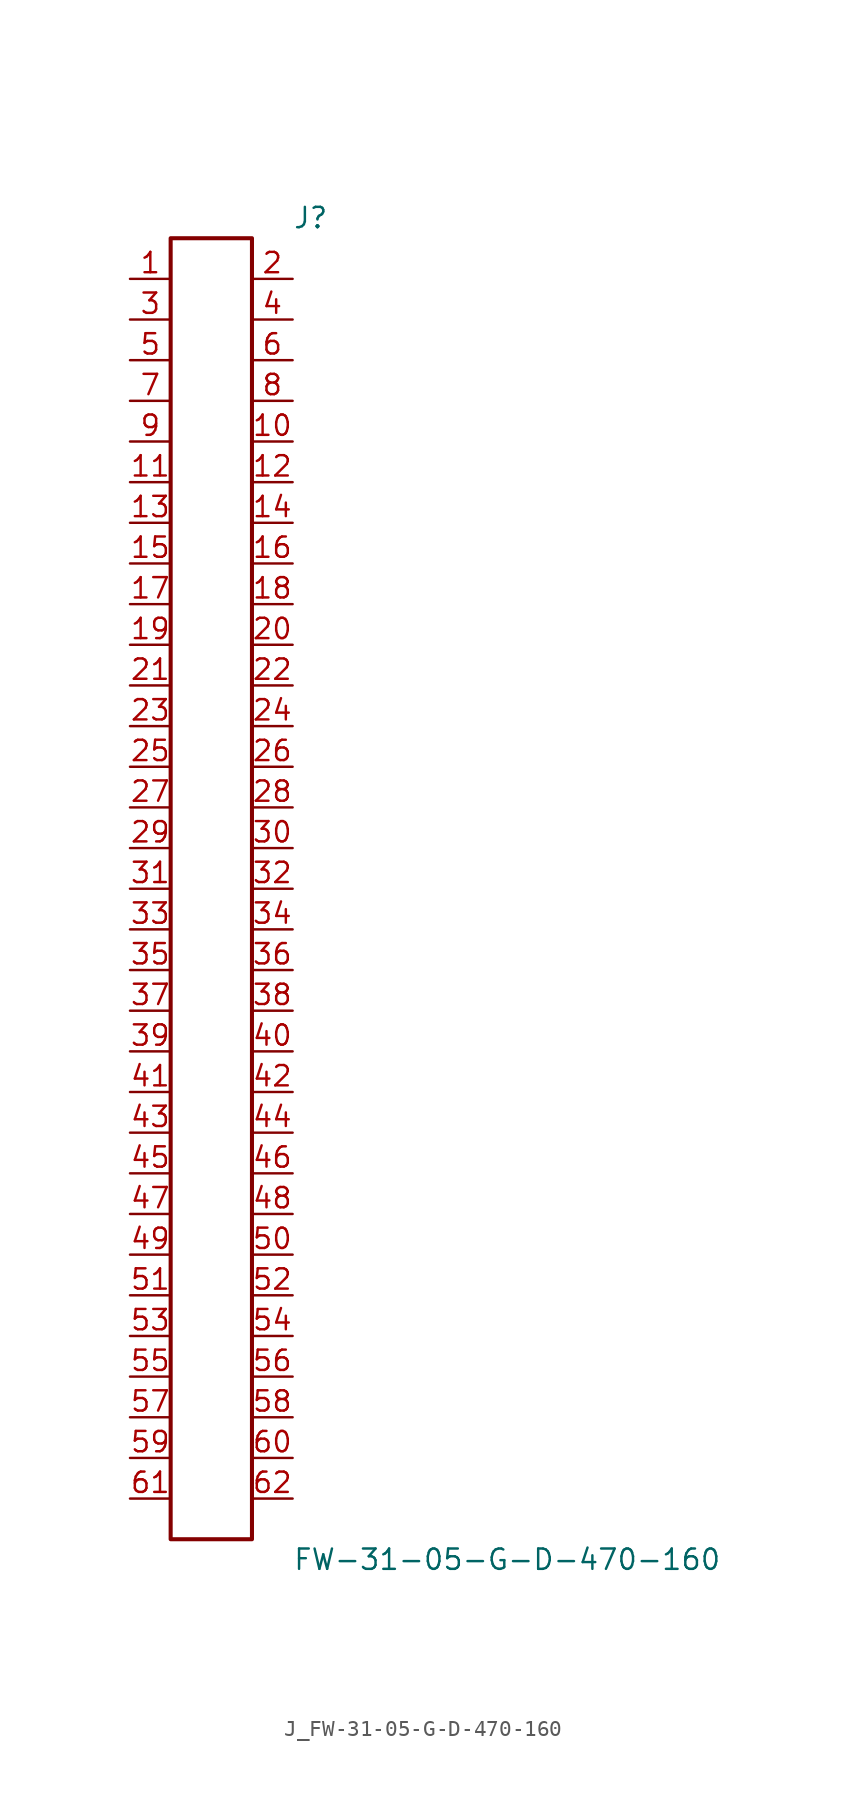
<source format=kicad_sym>
(kicad_symbol_lib
  (version 20231120)
  (generator kicad_symbol_editor)
  (generator_version 8.0)
  (symbol "J_FW-31-05-G-D-470-160"
    (pin_names
      (offset 0.254))
    (property "Reference" "J"
      (at 5.08 41.91 0)
      (effects (font (size 1.27 1.27)) (justify left)))
    (property "Value" "FW-31-05-G-D-470-160"
      (at 5.08 -41.91 0)
      (effects (font (size 1.27 1.27)) (justify left)))
    (symbol "J_FW-31-05-G-D-470-160_0_0"
      (pin unspecified line (at -5.08 38.1 0) (length 2.54) (name "" (effects (font (size 1.27 1.27)))) (number "1" (effects (font (size 1.27 1.27)))))
      (pin unspecified line (at 5.08 38.1 180) (length 2.54) (name "" (effects (font (size 1.27 1.27)))) (number "2" (effects (font (size 1.27 1.27)))))
      (pin unspecified line (at -5.08 35.56 0) (length 2.54) (name "" (effects (font (size 1.27 1.27)))) (number "3" (effects (font (size 1.27 1.27)))))
      (pin unspecified line (at 5.08 35.56 180) (length 2.54) (name "" (effects (font (size 1.27 1.27)))) (number "4" (effects (font (size 1.27 1.27)))))
      (pin unspecified line (at -5.08 33.02 0) (length 2.54) (name "" (effects (font (size 1.27 1.27)))) (number "5" (effects (font (size 1.27 1.27)))))
      (pin unspecified line (at 5.08 33.02 180) (length 2.54) (name "" (effects (font (size 1.27 1.27)))) (number "6" (effects (font (size 1.27 1.27)))))
      (pin unspecified line (at -5.08 30.48 0) (length 2.54) (name "" (effects (font (size 1.27 1.27)))) (number "7" (effects (font (size 1.27 1.27)))))
      (pin unspecified line (at 5.08 30.48 180) (length 2.54) (name "" (effects (font (size 1.27 1.27)))) (number "8" (effects (font (size 1.27 1.27)))))
      (pin unspecified line (at -5.08 27.94 0) (length 2.54) (name "" (effects (font (size 1.27 1.27)))) (number "9" (effects (font (size 1.27 1.27)))))
      (pin unspecified line (at 5.08 27.94 180) (length 2.54) (name "" (effects (font (size 1.27 1.27)))) (number "10" (effects (font (size 1.27 1.27)))))
      (pin unspecified line (at -5.08 25.4 0) (length 2.54) (name "" (effects (font (size 1.27 1.27)))) (number "11" (effects (font (size 1.27 1.27)))))
      (pin unspecified line (at 5.08 25.4 180) (length 2.54) (name "" (effects (font (size 1.27 1.27)))) (number "12" (effects (font (size 1.27 1.27)))))
      (pin unspecified line (at -5.08 22.86 0) (length 2.54) (name "" (effects (font (size 1.27 1.27)))) (number "13" (effects (font (size 1.27 1.27)))))
      (pin unspecified line (at 5.08 22.86 180) (length 2.54) (name "" (effects (font (size 1.27 1.27)))) (number "14" (effects (font (size 1.27 1.27)))))
      (pin unspecified line (at -5.08 20.32 0) (length 2.54) (name "" (effects (font (size 1.27 1.27)))) (number "15" (effects (font (size 1.27 1.27)))))
      (pin unspecified line (at 5.08 20.32 180) (length 2.54) (name "" (effects (font (size 1.27 1.27)))) (number "16" (effects (font (size 1.27 1.27)))))
      (pin unspecified line (at -5.08 17.78 0) (length 2.54) (name "" (effects (font (size 1.27 1.27)))) (number "17" (effects (font (size 1.27 1.27)))))
      (pin unspecified line (at 5.08 17.78 180) (length 2.54) (name "" (effects (font (size 1.27 1.27)))) (number "18" (effects (font (size 1.27 1.27)))))
      (pin unspecified line (at -5.08 15.24 0) (length 2.54) (name "" (effects (font (size 1.27 1.27)))) (number "19" (effects (font (size 1.27 1.27)))))
      (pin unspecified line (at 5.08 15.24 180) (length 2.54) (name "" (effects (font (size 1.27 1.27)))) (number "20" (effects (font (size 1.27 1.27)))))
      (pin unspecified line (at -5.08 12.7 0) (length 2.54) (name "" (effects (font (size 1.27 1.27)))) (number "21" (effects (font (size 1.27 1.27)))))
      (pin unspecified line (at 5.08 12.7 180) (length 2.54) (name "" (effects (font (size 1.27 1.27)))) (number "22" (effects (font (size 1.27 1.27)))))
      (pin unspecified line (at -5.08 10.16 0) (length 2.54) (name "" (effects (font (size 1.27 1.27)))) (number "23" (effects (font (size 1.27 1.27)))))
      (pin unspecified line (at 5.08 10.16 180) (length 2.54) (name "" (effects (font (size 1.27 1.27)))) (number "24" (effects (font (size 1.27 1.27)))))
      (pin unspecified line (at -5.08 7.62 0) (length 2.54) (name "" (effects (font (size 1.27 1.27)))) (number "25" (effects (font (size 1.27 1.27)))))
      (pin unspecified line (at 5.08 7.62 180) (length 2.54) (name "" (effects (font (size 1.27 1.27)))) (number "26" (effects (font (size 1.27 1.27)))))
      (pin unspecified line (at -5.08 5.08 0) (length 2.54) (name "" (effects (font (size 1.27 1.27)))) (number "27" (effects (font (size 1.27 1.27)))))
      (pin unspecified line (at 5.08 5.08 180) (length 2.54) (name "" (effects (font (size 1.27 1.27)))) (number "28" (effects (font (size 1.27 1.27)))))
      (pin unspecified line (at -5.08 2.54 0) (length 2.54) (name "" (effects (font (size 1.27 1.27)))) (number "29" (effects (font (size 1.27 1.27)))))
      (pin unspecified line (at 5.08 2.54 180) (length 2.54) (name "" (effects (font (size 1.27 1.27)))) (number "30" (effects (font (size 1.27 1.27)))))
      (pin unspecified line (at -5.08 0.0 0) (length 2.54) (name "" (effects (font (size 1.27 1.27)))) (number "31" (effects (font (size 1.27 1.27)))))
      (pin unspecified line (at 5.08 0.0 180) (length 2.54) (name "" (effects (font (size 1.27 1.27)))) (number "32" (effects (font (size 1.27 1.27)))))
      (pin unspecified line (at -5.08 -2.54 0) (length 2.54) (name "" (effects (font (size 1.27 1.27)))) (number "33" (effects (font (size 1.27 1.27)))))
      (pin unspecified line (at 5.08 -2.54 180) (length 2.54) (name "" (effects (font (size 1.27 1.27)))) (number "34" (effects (font (size 1.27 1.27)))))
      (pin unspecified line (at -5.08 -5.08 0) (length 2.54) (name "" (effects (font (size 1.27 1.27)))) (number "35" (effects (font (size 1.27 1.27)))))
      (pin unspecified line (at 5.08 -5.08 180) (length 2.54) (name "" (effects (font (size 1.27 1.27)))) (number "36" (effects (font (size 1.27 1.27)))))
      (pin unspecified line (at -5.08 -7.62 0) (length 2.54) (name "" (effects (font (size 1.27 1.27)))) (number "37" (effects (font (size 1.27 1.27)))))
      (pin unspecified line (at 5.08 -7.62 180) (length 2.54) (name "" (effects (font (size 1.27 1.27)))) (number "38" (effects (font (size 1.27 1.27)))))
      (pin unspecified line (at -5.08 -10.16 0) (length 2.54) (name "" (effects (font (size 1.27 1.27)))) (number "39" (effects (font (size 1.27 1.27)))))
      (pin unspecified line (at 5.08 -10.16 180) (length 2.54) (name "" (effects (font (size 1.27 1.27)))) (number "40" (effects (font (size 1.27 1.27)))))
      (pin unspecified line (at -5.08 -12.7 0) (length 2.54) (name "" (effects (font (size 1.27 1.27)))) (number "41" (effects (font (size 1.27 1.27)))))
      (pin unspecified line (at 5.08 -12.7 180) (length 2.54) (name "" (effects (font (size 1.27 1.27)))) (number "42" (effects (font (size 1.27 1.27)))))
      (pin unspecified line (at -5.08 -15.24 0) (length 2.54) (name "" (effects (font (size 1.27 1.27)))) (number "43" (effects (font (size 1.27 1.27)))))
      (pin unspecified line (at 5.08 -15.24 180) (length 2.54) (name "" (effects (font (size 1.27 1.27)))) (number "44" (effects (font (size 1.27 1.27)))))
      (pin unspecified line (at -5.08 -17.78 0) (length 2.54) (name "" (effects (font (size 1.27 1.27)))) (number "45" (effects (font (size 1.27 1.27)))))
      (pin unspecified line (at 5.08 -17.78 180) (length 2.54) (name "" (effects (font (size 1.27 1.27)))) (number "46" (effects (font (size 1.27 1.27)))))
      (pin unspecified line (at -5.08 -20.32 0) (length 2.54) (name "" (effects (font (size 1.27 1.27)))) (number "47" (effects (font (size 1.27 1.27)))))
      (pin unspecified line (at 5.08 -20.32 180) (length 2.54) (name "" (effects (font (size 1.27 1.27)))) (number "48" (effects (font (size 1.27 1.27)))))
      (pin unspecified line (at -5.08 -22.86 0) (length 2.54) (name "" (effects (font (size 1.27 1.27)))) (number "49" (effects (font (size 1.27 1.27)))))
      (pin unspecified line (at 5.08 -22.86 180) (length 2.54) (name "" (effects (font (size 1.27 1.27)))) (number "50" (effects (font (size 1.27 1.27)))))
      (pin unspecified line (at -5.08 -25.4 0) (length 2.54) (name "" (effects (font (size 1.27 1.27)))) (number "51" (effects (font (size 1.27 1.27)))))
      (pin unspecified line (at 5.08 -25.4 180) (length 2.54) (name "" (effects (font (size 1.27 1.27)))) (number "52" (effects (font (size 1.27 1.27)))))
      (pin unspecified line (at -5.08 -27.94 0) (length 2.54) (name "" (effects (font (size 1.27 1.27)))) (number "53" (effects (font (size 1.27 1.27)))))
      (pin unspecified line (at 5.08 -27.94 180) (length 2.54) (name "" (effects (font (size 1.27 1.27)))) (number "54" (effects (font (size 1.27 1.27)))))
      (pin unspecified line (at -5.08 -30.48 0) (length 2.54) (name "" (effects (font (size 1.27 1.27)))) (number "55" (effects (font (size 1.27 1.27)))))
      (pin unspecified line (at 5.08 -30.48 180) (length 2.54) (name "" (effects (font (size 1.27 1.27)))) (number "56" (effects (font (size 1.27 1.27)))))
      (pin unspecified line (at -5.08 -33.02 0) (length 2.54) (name "" (effects (font (size 1.27 1.27)))) (number "57" (effects (font (size 1.27 1.27)))))
      (pin unspecified line (at 5.08 -33.02 180) (length 2.54) (name "" (effects (font (size 1.27 1.27)))) (number "58" (effects (font (size 1.27 1.27)))))
      (pin unspecified line (at -5.08 -35.56 0) (length 2.54) (name "" (effects (font (size 1.27 1.27)))) (number "59" (effects (font (size 1.27 1.27)))))
      (pin unspecified line (at 5.08 -35.56 180) (length 2.54) (name "" (effects (font (size 1.27 1.27)))) (number "60" (effects (font (size 1.27 1.27)))))
      (pin unspecified line (at -5.08 -38.1 0) (length 2.54) (name "" (effects (font (size 1.27 1.27)))) (number "61" (effects (font (size 1.27 1.27)))))
      (pin unspecified line (at 5.08 -38.1 180) (length 2.54) (name "" (effects (font (size 1.27 1.27)))) (number "62" (effects (font (size 1.27 1.27))))))
    (symbol "J_FW-31-05-G-D-470-160_1_0"
      (rectangle (start -2.54 40.64) (end 2.54 -40.64) (stroke (width 0.254) (type solid)) (fill (type none))))))
</source>
